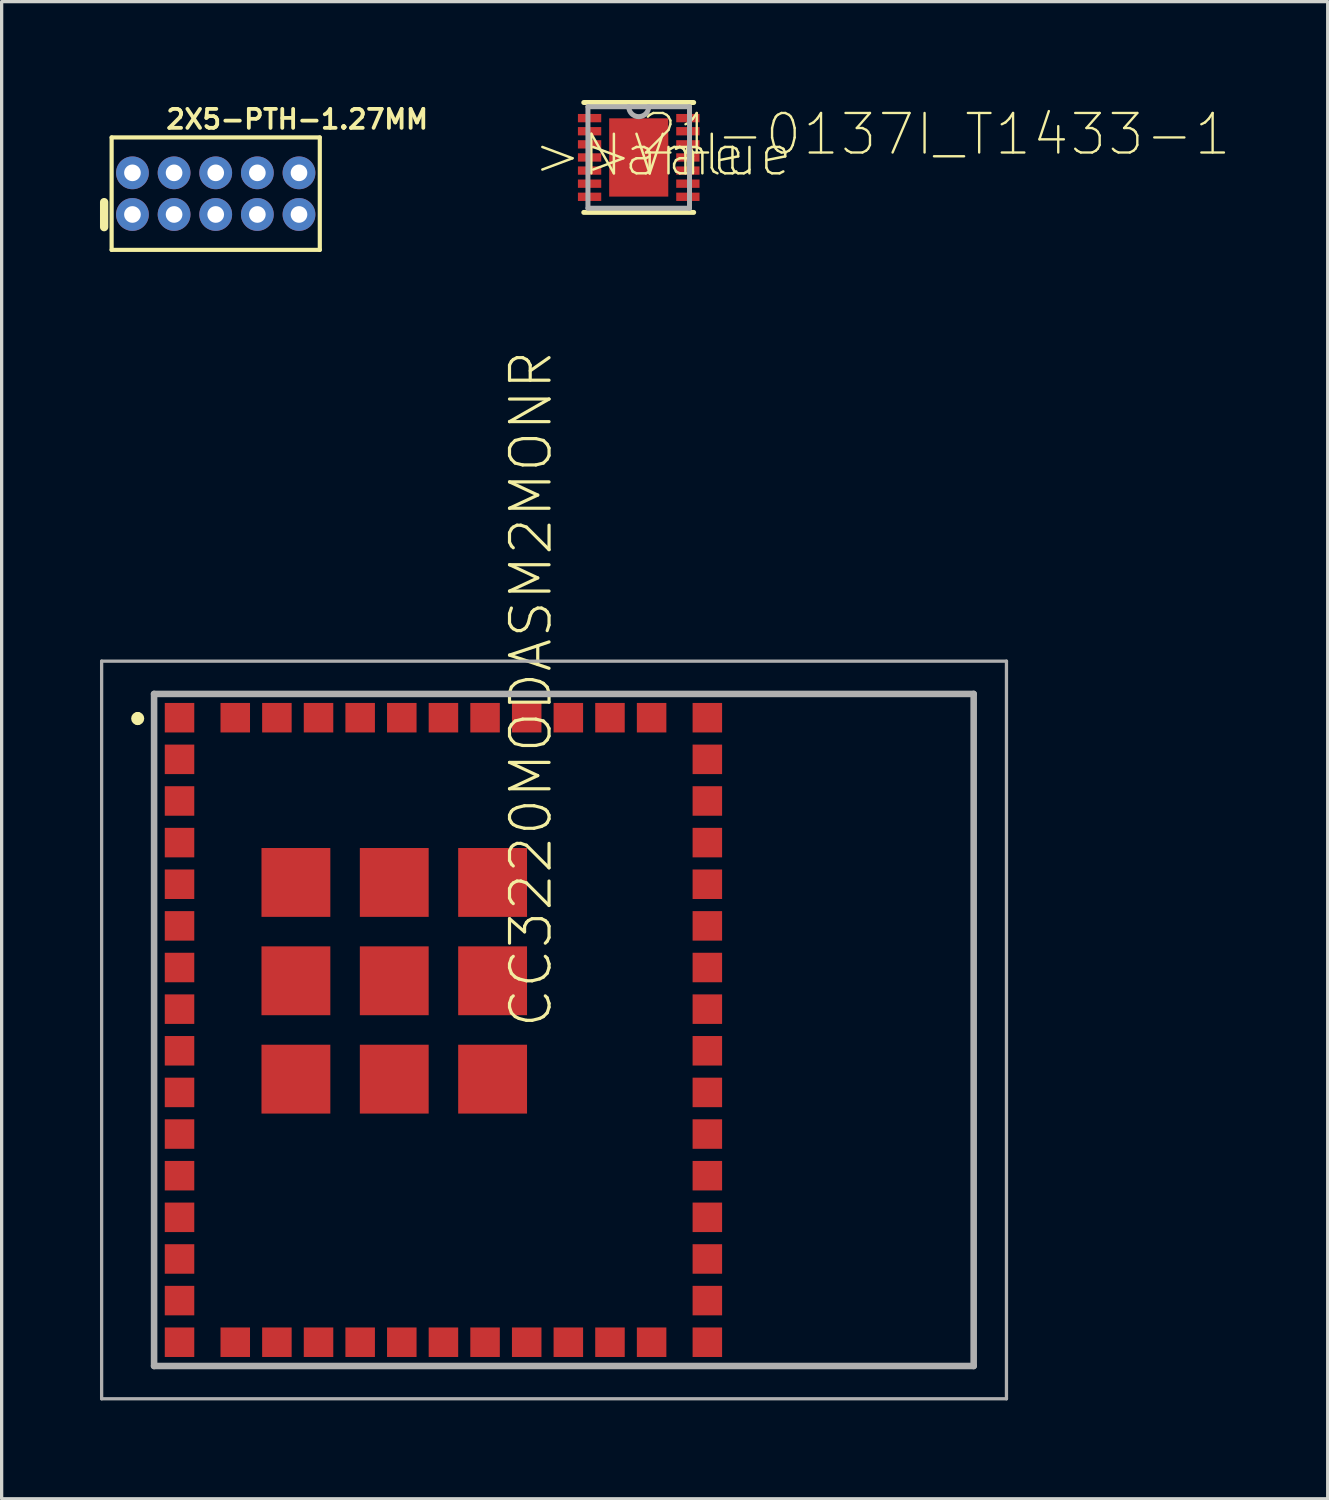
<source format=kicad_pcb>
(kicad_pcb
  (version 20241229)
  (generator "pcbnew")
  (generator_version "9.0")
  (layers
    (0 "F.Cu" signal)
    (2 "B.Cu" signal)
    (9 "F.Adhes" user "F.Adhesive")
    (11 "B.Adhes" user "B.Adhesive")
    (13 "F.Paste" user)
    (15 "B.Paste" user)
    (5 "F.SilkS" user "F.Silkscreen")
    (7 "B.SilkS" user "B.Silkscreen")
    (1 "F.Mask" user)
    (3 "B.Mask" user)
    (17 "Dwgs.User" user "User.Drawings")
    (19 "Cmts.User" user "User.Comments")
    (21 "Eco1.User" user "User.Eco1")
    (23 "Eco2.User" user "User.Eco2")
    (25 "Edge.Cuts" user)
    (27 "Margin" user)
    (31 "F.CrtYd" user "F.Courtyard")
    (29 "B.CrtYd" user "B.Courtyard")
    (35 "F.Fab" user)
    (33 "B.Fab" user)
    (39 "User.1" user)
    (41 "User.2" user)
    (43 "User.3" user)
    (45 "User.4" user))
  (footprint "2X5-PTH-1.27MM"
    (layer "F.Cu")
    (at 3.53 2.857)
    (property "Reference" "2X5-PTH-1.27MM" (at -1.575 -1.93 0) (layer "F.SilkS") (effects (font (size 0.579 0.579) (thickness 0.116)) (justify left bottom)))
    (attr through_hole)
    (fp_line (start -3.403 1.021) (end -3.403 0.259) (stroke (width 0.254) (type solid)) (layer "F.SilkS"))
    (fp_line (start -3.175 -1.715) (end -3.175 1.715) (stroke (width 0.127) (type solid)) (layer "F.SilkS"))
    (fp_line (start -3.175 1.715) (end 3.175 1.715) (stroke (width 0.127) (type solid)) (layer "F.SilkS"))
    (fp_line (start 3.175 -1.715) (end -3.175 -1.715) (stroke (width 0.127) (type solid)) (layer "F.SilkS"))
    (fp_line (start 3.175 1.715) (end 3.175 -1.715) (stroke (width 0.127) (type solid)) (layer "F.SilkS"))
    (pad "1" thru_hole circle (at -2.54 0.635) (size 1 1) (drill 0.508) (layers "*.Cu" "*.Mask"))
    (pad "2" thru_hole circle (at -2.54 -0.635) (size 1 1) (drill 0.508) (layers "*.Cu" "*.Mask"))
    (pad "3" thru_hole circle (at -1.27 0.635) (size 1 1) (drill 0.508) (layers "*.Cu" "*.Mask"))
    (pad "4" thru_hole circle (at -1.27 -0.635) (size 1 1) (drill 0.508) (layers "*.Cu" "*.Mask"))
    (pad "5" thru_hole circle (at 0 0.635) (size 1 1) (drill 0.508) (layers "*.Cu" "*.Mask"))
    (pad "6" thru_hole circle (at 0 -0.635) (size 1 1) (drill 0.508) (layers "*.Cu" "*.Mask"))
    (pad "7" thru_hole circle (at 1.27 0.635) (size 1 1) (drill 0.508) (layers "*.Cu" "*.Mask"))
    (pad "8" thru_hole circle (at 1.27 -0.635) (size 1 1) (drill 0.508) (layers "*.Cu" "*.Mask"))
    (pad "9" thru_hole circle (at 2.54 0.635) (size 1 1) (drill 0.508) (layers "*.Cu" "*.Mask"))
    (pad "10" thru_hole circle (at 2.54 -0.635) (size 1 1) (drill 0.508) (layers "*.Cu" "*.Mask")))
  (footprint "CC3220MODASM2MONR"
    (layer "F.Cu")
    (at 10.476 28.367)
    (property "Reference" "CC3220MODASM2MONR" (at 3.374 0 90) (layer "F.SilkS") (effects (font (size 1.206 1.206) (thickness 0.097)) (justify left bottom)))
    (attr through_hole)
    (fp_line (start -9.326 -9.6) (end -9.326 -9.6) (stroke (width 0.2) (type solid)) (layer "F.SilkS"))
    (fp_line (start -9.326 -9.4) (end -9.326 -9.4) (stroke (width 0.2) (type solid)) (layer "F.SilkS"))
    (fp_line (start -8.826 -10.25) (end 16.174 -10.25) (stroke (width 0.1) (type solid)) (layer "F.SilkS"))
    (fp_line (start -8.826 10.25) (end -8.826 -10.25) (stroke (width 0.1) (type solid)) (layer "F.SilkS"))
    (fp_line (start 16.174 -10.25) (end 16.174 10.25) (stroke (width 0.1) (type solid)) (layer "F.SilkS"))
    (fp_line (start 16.174 10.25) (end -8.826 10.25) (stroke (width 0.1) (type solid)) (layer "F.SilkS"))
    (fp_arc (start -9.326 -9.6) (mid -9.226 -9.5) (end -9.326 -9.4) (stroke (width 0.2) (type solid)) (layer "F.SilkS"))
    (fp_arc (start -9.326 -9.4) (mid -9.426 -9.5) (end -9.326 -9.6) (stroke (width 0.2) (type solid)) (layer "F.SilkS"))
    (fp_line (start -10.426 -11.25) (end 17.174 -11.25) (stroke (width 0.1) (type solid)) (layer "F.Fab"))
    (fp_line (start -10.426 11.25) (end -10.426 -11.25) (stroke (width 0.1) (type solid)) (layer "F.Fab"))
    (fp_line (start -8.826 -10.25) (end 16.174 -10.25) (stroke (width 0.2) (type solid)) (layer "F.Fab"))
    (fp_line (start -8.826 10.25) (end -8.826 -10.25) (stroke (width 0.2) (type solid)) (layer "F.Fab"))
    (fp_line (start 16.174 -10.25) (end 16.174 10.25) (stroke (width 0.2) (type solid)) (layer "F.Fab"))
    (fp_line (start 16.174 10.25) (end -8.826 10.25) (stroke (width 0.2) (type solid)) (layer "F.Fab"))
    (fp_line (start 17.174 -11.25) (end 17.174 11.25) (stroke (width 0.1) (type solid)) (layer "F.Fab"))
    (fp_line (start 17.174 11.25) (end -10.426 11.25) (stroke (width 0.1) (type solid)) (layer "F.Fab"))
    (pad "1" smd rect (at -8.05 -9.525) (size 0.9 0.9) (layers "F.Cu" "F.Mask" "F.Paste"))
    (pad "2" smd rect (at -8.05 -8.255) (size 0.9 0.9) (layers "F.Cu" "F.Mask" "F.Paste"))
    (pad "3" smd rect (at -8.05 -6.985) (size 0.9 0.9) (layers "F.Cu" "F.Mask" "F.Paste"))
    (pad "4" smd rect (at -8.05 -5.715) (size 0.9 0.9) (layers "F.Cu" "F.Mask" "F.Paste"))
    (pad "5" smd rect (at -8.05 -4.445) (size 0.9 0.9) (layers "F.Cu" "F.Mask" "F.Paste"))
    (pad "6" smd rect (at -8.05 -3.175) (size 0.9 0.9) (layers "F.Cu" "F.Mask" "F.Paste"))
    (pad "7" smd rect (at -8.05 -1.905) (size 0.9 0.9) (layers "F.Cu" "F.Mask" "F.Paste"))
    (pad "8" smd rect (at -8.05 -0.635) (size 0.9 0.9) (layers "F.Cu" "F.Mask" "F.Paste"))
    (pad "9" smd rect (at -8.05 0.635) (size 0.9 0.9) (layers "F.Cu" "F.Mask" "F.Paste"))
    (pad "10" smd rect (at -8.05 1.905) (size 0.9 0.9) (layers "F.Cu" "F.Mask" "F.Paste"))
    (pad "11" smd rect (at -8.05 3.175) (size 0.9 0.9) (layers "F.Cu" "F.Mask" "F.Paste"))
    (pad "12" smd rect (at -8.05 4.445) (size 0.9 0.9) (layers "F.Cu" "F.Mask" "F.Paste"))
    (pad "13" smd rect (at -8.05 5.715) (size 0.9 0.9) (layers "F.Cu" "F.Mask" "F.Paste"))
    (pad "14" smd rect (at -8.05 6.985) (size 0.9 0.9) (layers "F.Cu" "F.Mask" "F.Paste"))
    (pad "15" smd rect (at -8.05 8.255) (size 0.9 0.9) (layers "F.Cu" "F.Mask" "F.Paste"))
    (pad "16" smd rect (at -8.05 9.525) (size 0.9 0.9) (layers "F.Cu" "F.Mask" "F.Paste"))
    (pad "17" smd rect (at -6.35 9.525) (size 0.9 0.9) (layers "F.Cu" "F.Mask" "F.Paste"))
    (pad "18" smd rect (at -5.08 9.525) (size 0.9 0.9) (layers "F.Cu" "F.Mask" "F.Paste"))
    (pad "19" smd rect (at -3.81 9.525) (size 0.9 0.9) (layers "F.Cu" "F.Mask" "F.Paste"))
    (pad "20" smd rect (at -2.54 9.525) (size 0.9 0.9) (layers "F.Cu" "F.Mask" "F.Paste"))
    (pad "21" smd rect (at -1.27 9.525) (size 0.9 0.9) (layers "F.Cu" "F.Mask" "F.Paste"))
    (pad "22" smd rect (at 0 9.525) (size 0.9 0.9) (layers "F.Cu" "F.Mask" "F.Paste"))
    (pad "23" smd rect (at 1.27 9.525) (size 0.9 0.9) (layers "F.Cu" "F.Mask" "F.Paste"))
    (pad "24" smd rect (at 2.54 9.525) (size 0.9 0.9) (layers "F.Cu" "F.Mask" "F.Paste"))
    (pad "25" smd rect (at 3.81 9.525) (size 0.9 0.9) (layers "F.Cu" "F.Mask" "F.Paste"))
    (pad "26" smd rect (at 5.08 9.525) (size 0.9 0.9) (layers "F.Cu" "F.Mask" "F.Paste"))
    (pad "27" smd rect (at 6.35 9.525) (size 0.9 0.9) (layers "F.Cu" "F.Mask" "F.Paste"))
    (pad "28" smd rect (at 8.05 9.525) (size 0.9 0.9) (layers "F.Cu" "F.Mask" "F.Paste"))
    (pad "29" smd rect (at 8.05 8.255) (size 0.9 0.9) (layers "F.Cu" "F.Mask" "F.Paste"))
    (pad "30" smd rect (at 8.05 6.985) (size 0.9 0.9) (layers "F.Cu" "F.Mask" "F.Paste"))
    (pad "31" smd rect (at 8.05 5.715) (size 0.9 0.9) (layers "F.Cu" "F.Mask" "F.Paste"))
    (pad "32" smd rect (at 8.05 4.445) (size 0.9 0.9) (layers "F.Cu" "F.Mask" "F.Paste"))
    (pad "33" smd rect (at 8.05 3.175) (size 0.9 0.9) (layers "F.Cu" "F.Mask" "F.Paste"))
    (pad "34" smd rect (at 8.05 1.905) (size 0.9 0.9) (layers "F.Cu" "F.Mask" "F.Paste"))
    (pad "35" smd rect (at 8.05 0.635) (size 0.9 0.9) (layers "F.Cu" "F.Mask" "F.Paste"))
    (pad "36" smd rect (at 8.05 -0.635) (size 0.9 0.9) (layers "F.Cu" "F.Mask" "F.Paste"))
    (pad "37" smd rect (at 8.05 -1.905) (size 0.9 0.9) (layers "F.Cu" "F.Mask" "F.Paste"))
    (pad "38" smd rect (at 8.05 -3.175) (size 0.9 0.9) (layers "F.Cu" "F.Mask" "F.Paste"))
    (pad "39" smd rect (at 8.05 -4.445) (size 0.9 0.9) (layers "F.Cu" "F.Mask" "F.Paste"))
    (pad "40" smd rect (at 8.05 -5.715) (size 0.9 0.9) (layers "F.Cu" "F.Mask" "F.Paste"))
    (pad "41" smd rect (at 8.05 -6.985) (size 0.9 0.9) (layers "F.Cu" "F.Mask" "F.Paste"))
    (pad "42" smd rect (at 8.05 -8.255) (size 0.9 0.9) (layers "F.Cu" "F.Mask" "F.Paste"))
    (pad "43" smd rect (at 8.05 -9.525) (size 0.9 0.9) (layers "F.Cu" "F.Mask" "F.Paste"))
    (pad "44" smd rect (at 6.35 -9.525) (size 0.9 0.9) (layers "F.Cu" "F.Mask" "F.Paste"))
    (pad "45" smd rect (at 5.08 -9.525) (size 0.9 0.9) (layers "F.Cu" "F.Mask" "F.Paste"))
    (pad "46" smd rect (at 3.81 -9.525) (size 0.9 0.9) (layers "F.Cu" "F.Mask" "F.Paste"))
    (pad "47" smd rect (at 2.54 -9.525) (size 0.9 0.9) (layers "F.Cu" "F.Mask" "F.Paste"))
    (pad "48" smd rect (at 1.27 -9.525) (size 0.9 0.9) (layers "F.Cu" "F.Mask" "F.Paste"))
    (pad "49" smd rect (at 0 -9.525) (size 0.9 0.9) (layers "F.Cu" "F.Mask" "F.Paste"))
    (pad "50" smd rect (at -1.27 -9.525) (size 0.9 0.9) (layers "F.Cu" "F.Mask" "F.Paste"))
    (pad "51" smd rect (at -2.54 -9.525) (size 0.9 0.9) (layers "F.Cu" "F.Mask" "F.Paste"))
    (pad "52" smd rect (at -3.81 -9.525) (size 0.9 0.9) (layers "F.Cu" "F.Mask" "F.Paste"))
    (pad "53" smd rect (at -5.08 -9.525) (size 0.9 0.9) (layers "F.Cu" "F.Mask" "F.Paste"))
    (pad "54" smd rect (at -6.35 -9.525) (size 0.9 0.9) (layers "F.Cu" "F.Mask" "F.Paste"))
    (pad "55" smd rect (at -4.5 -4.5) (size 2.1 2.1) (layers "F.Cu" "F.Mask" "F.Paste"))
    (pad "56" smd rect (at -4.5 -1.5) (size 2.1 2.1) (layers "F.Cu" "F.Mask" "F.Paste"))
    (pad "57" smd rect (at -4.5 1.5) (size 2.1 2.1) (layers "F.Cu" "F.Mask" "F.Paste"))
    (pad "58" smd rect (at -1.5 -4.5) (size 2.1 2.1) (layers "F.Cu" "F.Mask" "F.Paste"))
    (pad "59" smd rect (at -1.5 -1.5) (size 2.1 2.1) (layers "F.Cu" "F.Mask" "F.Paste"))
    (pad "60" smd rect (at -1.5 1.5) (size 2.1 2.1) (layers "F.Cu" "F.Mask" "F.Paste"))
    (pad "61" smd rect (at 1.5 -4.5) (size 2.1 2.1) (layers "F.Cu" "F.Mask" "F.Paste"))
    (pad "62" smd rect (at 1.5 -1.5) (size 2.1 2.1) (layers "F.Cu" "F.Mask" "F.Paste"))
    (pad "63" smd rect (at 1.5 1.5) (size 2.1 2.1) (layers "F.Cu" "F.Mask" "F.Paste")))
  (footprint "21-0137I_T1433-1"
    (layer "F.Cu")
    (at 16.433 1.753)
    (property "Reference" "21-0137I_T1433-1" (at 0 0 0) (layer "F.SilkS") (effects (font (size 1.206 1.206) (thickness 0.072)) (justify left bottom)))
    (attr through_hole)
    (fp_line (start -1.676 1.676) (end 1.676 1.676) (stroke (width 0.152) (type solid)) (layer "F.SilkS"))
    (fp_line (start 1.676 -1.676) (end -1.676 -1.676) (stroke (width 0.152) (type solid)) (layer "F.SilkS"))
    (fp_poly (pts (xy -0.902 -1.194) (xy -0.902 1.194) (xy 0.902 1.194) (xy 0.902 -1.194)) (stroke (width 0) (type solid)) (fill yes) (layer "F.Paste"))
    (fp_line (start -1.549 -1.549) (end -1.549 1.549) (stroke (width 0.152) (type solid)) (layer "F.Fab"))
    (fp_line (start -1.549 1.549) (end 1.549 1.549) (stroke (width 0.152) (type solid)) (layer "F.Fab"))
    (fp_line (start -0.305 -1.549) (end -1.549 -1.549) (stroke (width 0.152) (type solid)) (layer "F.Fab"))
    (fp_line (start 0.305 -1.549) (end -0.305 -1.549) (stroke (width 0.152) (type solid)) (layer "F.Fab"))
    (fp_line (start 1.549 -1.549) (end 0.305 -1.549) (stroke (width 0.152) (type solid)) (layer "F.Fab"))
    (fp_line (start 1.549 1.549) (end 1.549 -1.549) (stroke (width 0.152) (type solid)) (layer "F.Fab"))
    (fp_arc (start 0.3048 -1.5494) (mid 0 -1.2446) (end -0.3048 -1.5494) (stroke (width 0.1524) (type solid)) (layer "F.Fab"))
    (fp_text user ">Value" (at -1.727 0.635 0) (layer "F.SilkS") (effects (font (size 1.206 1.206) (thickness 0.076)) (justify left bottom)))
    (fp_text user ">Name" (at -3.277 0.635 0) (layer "F.SilkS") (effects (font (size 1.206 1.206) (thickness 0.076)) (justify left bottom)))
    (pad "1" smd rect (at -1.499 -1.2) (size 0.711 0.254) (layers "F.Cu" "F.Mask" "F.Paste"))
    (pad "2" smd rect (at -1.499 -0.8) (size 0.711 0.254) (layers "F.Cu" "F.Mask" "F.Paste"))
    (pad "3" smd rect (at -1.499 -0.4) (size 0.711 0.254) (layers "F.Cu" "F.Mask" "F.Paste"))
    (pad "4" smd rect (at -1.499 0) (size 0.711 0.254) (layers "F.Cu" "F.Mask" "F.Paste"))
    (pad "5" smd rect (at -1.499 0.4) (size 0.711 0.254) (layers "F.Cu" "F.Mask" "F.Paste"))
    (pad "6" smd rect (at -1.499 0.8) (size 0.711 0.254) (layers "F.Cu" "F.Mask" "F.Paste"))
    (pad "7" smd rect (at -1.499 1.2) (size 0.711 0.254) (layers "F.Cu" "F.Mask" "F.Paste"))
    (pad "8" smd rect (at 1.499 1.2) (size 0.711 0.254) (layers "F.Cu" "F.Mask" "F.Paste"))
    (pad "9" smd rect (at 1.499 0.8) (size 0.711 0.254) (layers "F.Cu" "F.Mask" "F.Paste"))
    (pad "10" smd rect (at 1.499 0.4) (size 0.711 0.254) (layers "F.Cu" "F.Mask" "F.Paste"))
    (pad "11" smd rect (at 1.499 0) (size 0.711 0.254) (layers "F.Cu" "F.Mask" "F.Paste"))
    (pad "12" smd rect (at 1.499 -0.4) (size 0.711 0.254) (layers "F.Cu" "F.Mask" "F.Paste"))
    (pad "13" smd rect (at 1.499 -0.8) (size 0.711 0.254) (layers "F.Cu" "F.Mask" "F.Paste"))
    (pad "14" smd rect (at 1.499 -1.2) (size 0.711 0.254) (layers "F.Cu" "F.Mask" "F.Paste"))
    (pad "15" smd rect (at 0 0) (size 1.803 2.388) (layers "F.Cu" "F.Mask")))
  (gr_rect
    (start -3 -3)
    (end 37.449 42.667)
    (stroke (width 0.1) (type default))
    (fill no)
    (layer "Edge.Cuts")))
</source>
